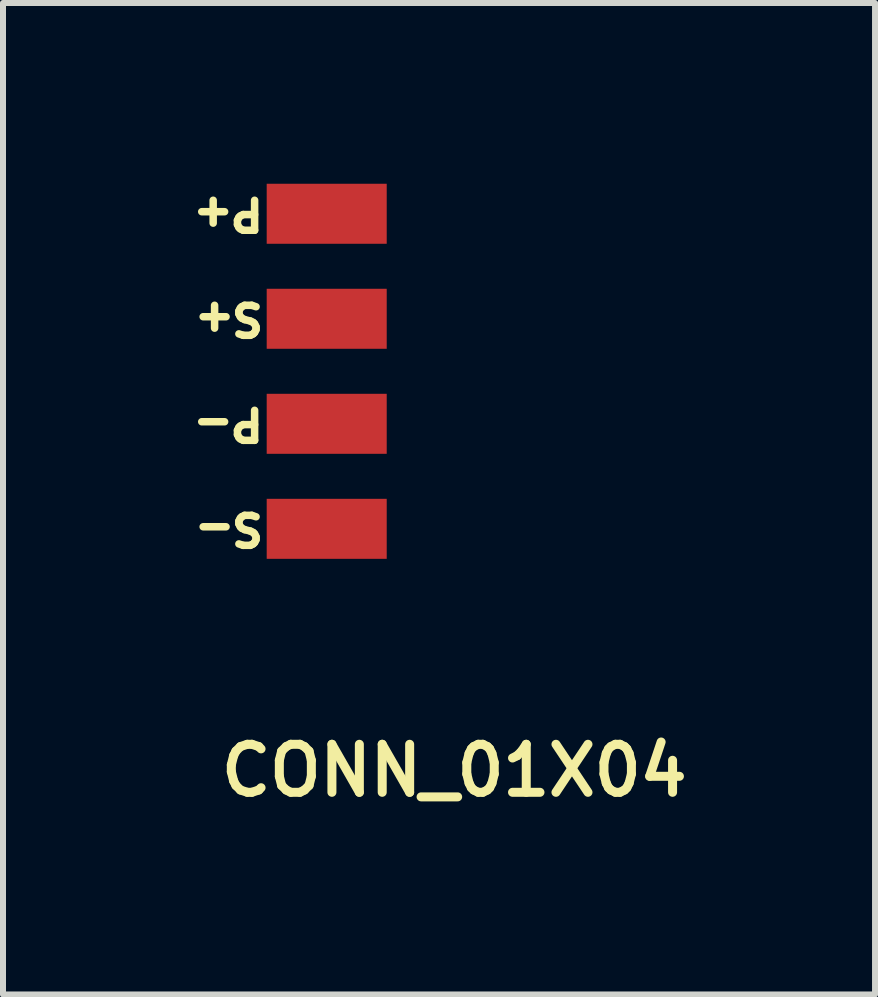
<source format=kicad_pcb>
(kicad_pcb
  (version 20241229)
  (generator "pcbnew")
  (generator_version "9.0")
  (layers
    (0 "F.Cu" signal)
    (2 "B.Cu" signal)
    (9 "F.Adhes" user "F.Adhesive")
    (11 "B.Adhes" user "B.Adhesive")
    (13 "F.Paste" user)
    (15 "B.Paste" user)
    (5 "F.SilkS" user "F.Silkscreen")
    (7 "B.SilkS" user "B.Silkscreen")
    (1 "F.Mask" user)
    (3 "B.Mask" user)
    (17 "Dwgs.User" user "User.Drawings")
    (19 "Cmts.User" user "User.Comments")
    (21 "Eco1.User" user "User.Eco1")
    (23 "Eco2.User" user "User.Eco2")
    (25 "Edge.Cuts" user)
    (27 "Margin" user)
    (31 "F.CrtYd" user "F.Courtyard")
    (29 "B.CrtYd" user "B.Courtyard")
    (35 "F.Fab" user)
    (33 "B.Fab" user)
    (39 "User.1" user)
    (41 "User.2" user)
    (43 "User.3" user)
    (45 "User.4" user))
  (footprint "CONN_01X04"
    (layer "F.Cu")
    (at 3.394 0.512)
    (property "Reference" "CONN_01X04" (at 1.125 9.278 0) (unlocked yes) (layer "F.SilkS") (effects (font (size 0.8 0.8) (thickness 0.15))))
    (fp_text user "P-" (at -2 3.5 180) (unlocked yes) (layer "F.SilkS") (effects (font (size 0.5 0.5) (thickness 0.15)) (justify left)))
    (fp_text user "P+" (at -2 0 180) (unlocked yes) (layer "F.SilkS") (effects (font (size 0.5 0.5) (thickness 0.15)) (justify left)))
    (fp_text user "S-\n" (at -2 5.25 180) (unlocked yes) (layer "F.SilkS") (effects (font (size 0.5 0.5) (thickness 0.15)) (justify left)))
    (fp_text user "S+" (at -2 1.75 180) (unlocked yes) (layer "F.SilkS") (effects (font (size 0.5 0.5) (thickness 0.15)) (justify left)))
    (pad "1" smd trapezoid (at -1 0) (size 2 1) (layers "F.Cu" "F.Mask" "F.Paste"))
    (pad "2" smd trapezoid (at -1 1.75) (size 2 1) (layers "F.Cu" "F.Mask" "F.Paste"))
    (pad "3" smd trapezoid (at -1 3.5) (size 2 1) (layers "F.Cu" "F.Mask" "F.Paste"))
    (pad "4" smd trapezoid (at -1 5.25) (size 2 1) (layers "F.Cu" "F.Mask" "F.Paste")))
  (gr_rect
    (start -3 -3)
    (end 11.531 13.521)
    (stroke (width 0.1) (type default))
    (fill no)
    (layer "Edge.Cuts")))
</source>
